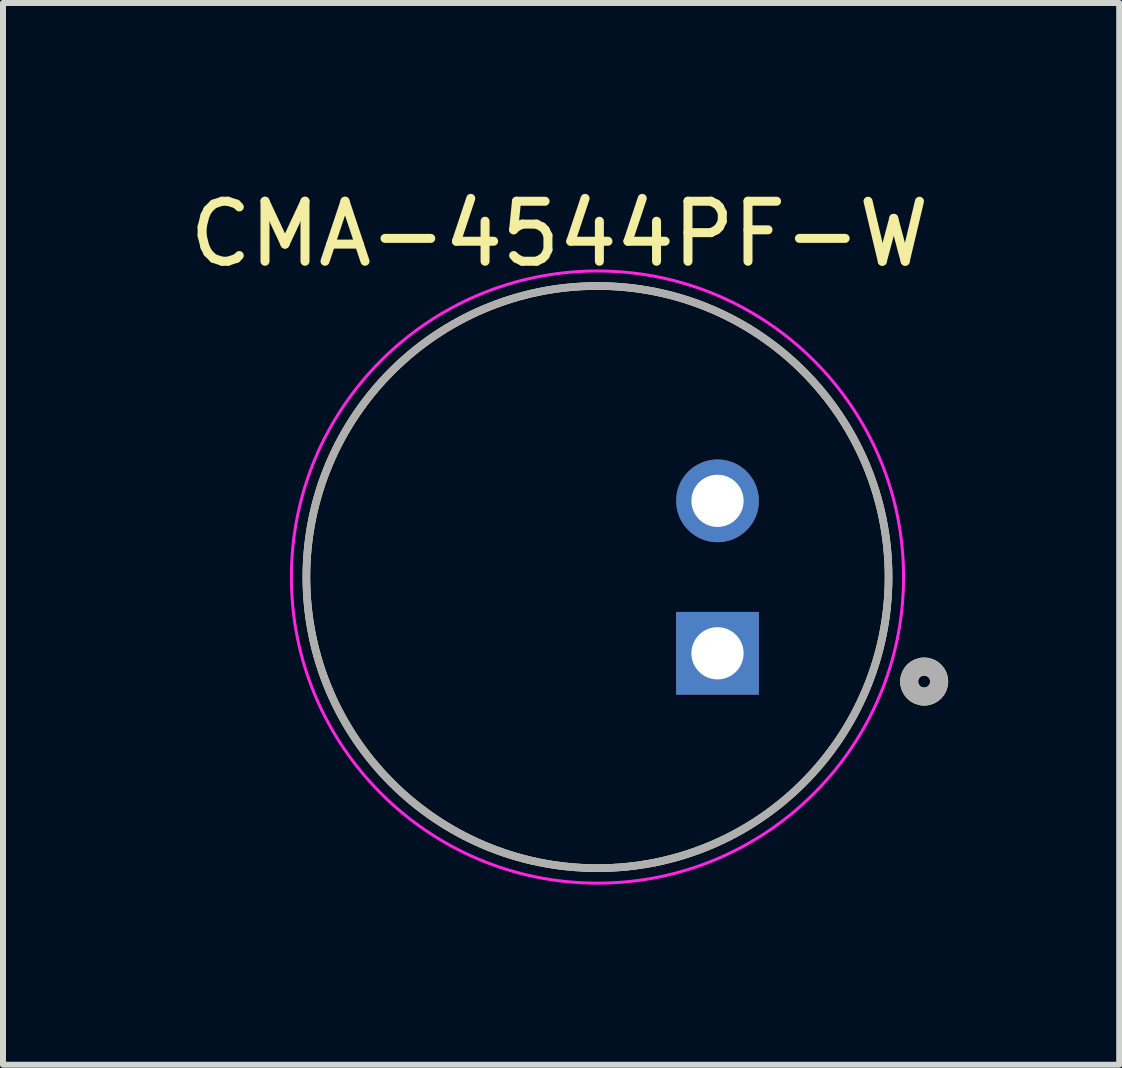
<source format=kicad_pcb>
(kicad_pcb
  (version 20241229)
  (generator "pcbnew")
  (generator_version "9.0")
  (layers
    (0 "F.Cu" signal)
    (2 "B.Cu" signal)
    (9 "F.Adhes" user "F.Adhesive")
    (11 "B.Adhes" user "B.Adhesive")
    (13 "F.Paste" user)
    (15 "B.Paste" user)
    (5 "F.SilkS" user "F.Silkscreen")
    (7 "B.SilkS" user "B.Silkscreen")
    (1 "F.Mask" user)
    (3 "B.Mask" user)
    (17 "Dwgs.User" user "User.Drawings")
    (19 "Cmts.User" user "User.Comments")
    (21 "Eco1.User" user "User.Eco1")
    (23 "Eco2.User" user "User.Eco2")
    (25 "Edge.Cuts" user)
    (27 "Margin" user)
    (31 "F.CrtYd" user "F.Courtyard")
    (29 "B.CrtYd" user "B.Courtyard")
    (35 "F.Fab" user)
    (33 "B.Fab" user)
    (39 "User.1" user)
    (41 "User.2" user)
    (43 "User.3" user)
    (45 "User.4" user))
  (footprint "CMA-4544PF-W"
    (layer "F.Cu")
    (at 6.905 6.565)
    (property "Reference" "CMA-4544PF-W" (at -0.635 -5.717 0) (layer "F.SilkS") (effects (font (size 1 1) (thickness 0.15))))
    (attr through_hole)
    (fp_circle (center 0 0) (end 4.85 0) (stroke (width 0.127) (type solid)) (fill no) (layer "F.SilkS"))
    (fp_circle (center 5.443 1.741) (end 5.543 1.741) (stroke (width 0.3) (type solid)) (fill no) (layer "F.SilkS"))
    (fp_circle (center 0 0) (end 5.1 0) (stroke (width 0.05) (type solid)) (fill no) (layer "F.CrtYd"))
    (fp_circle (center 0 0) (end 4.85 0) (stroke (width 0.127) (type solid)) (fill no) (layer "F.Fab"))
    (fp_circle (center 5.443 1.741) (end 5.543 1.741) (stroke (width 0.3) (type solid)) (fill no) (layer "F.Fab"))
    (pad "1" thru_hole rect (at 2 1.27) (size 1.378 1.378) (drill 0.87) (layers "*.Cu" "*.Mask"))
    (pad "2" thru_hole circle (at 2 -1.27) (size 1.378 1.378) (drill 0.87) (layers "*.Cu" "*.Mask")))
  (gr_rect
    (start -3 -3)
    (end 15.598 14.69)
    (stroke (width 0.1) (type default))
    (fill no)
    (layer "Edge.Cuts")))
</source>
